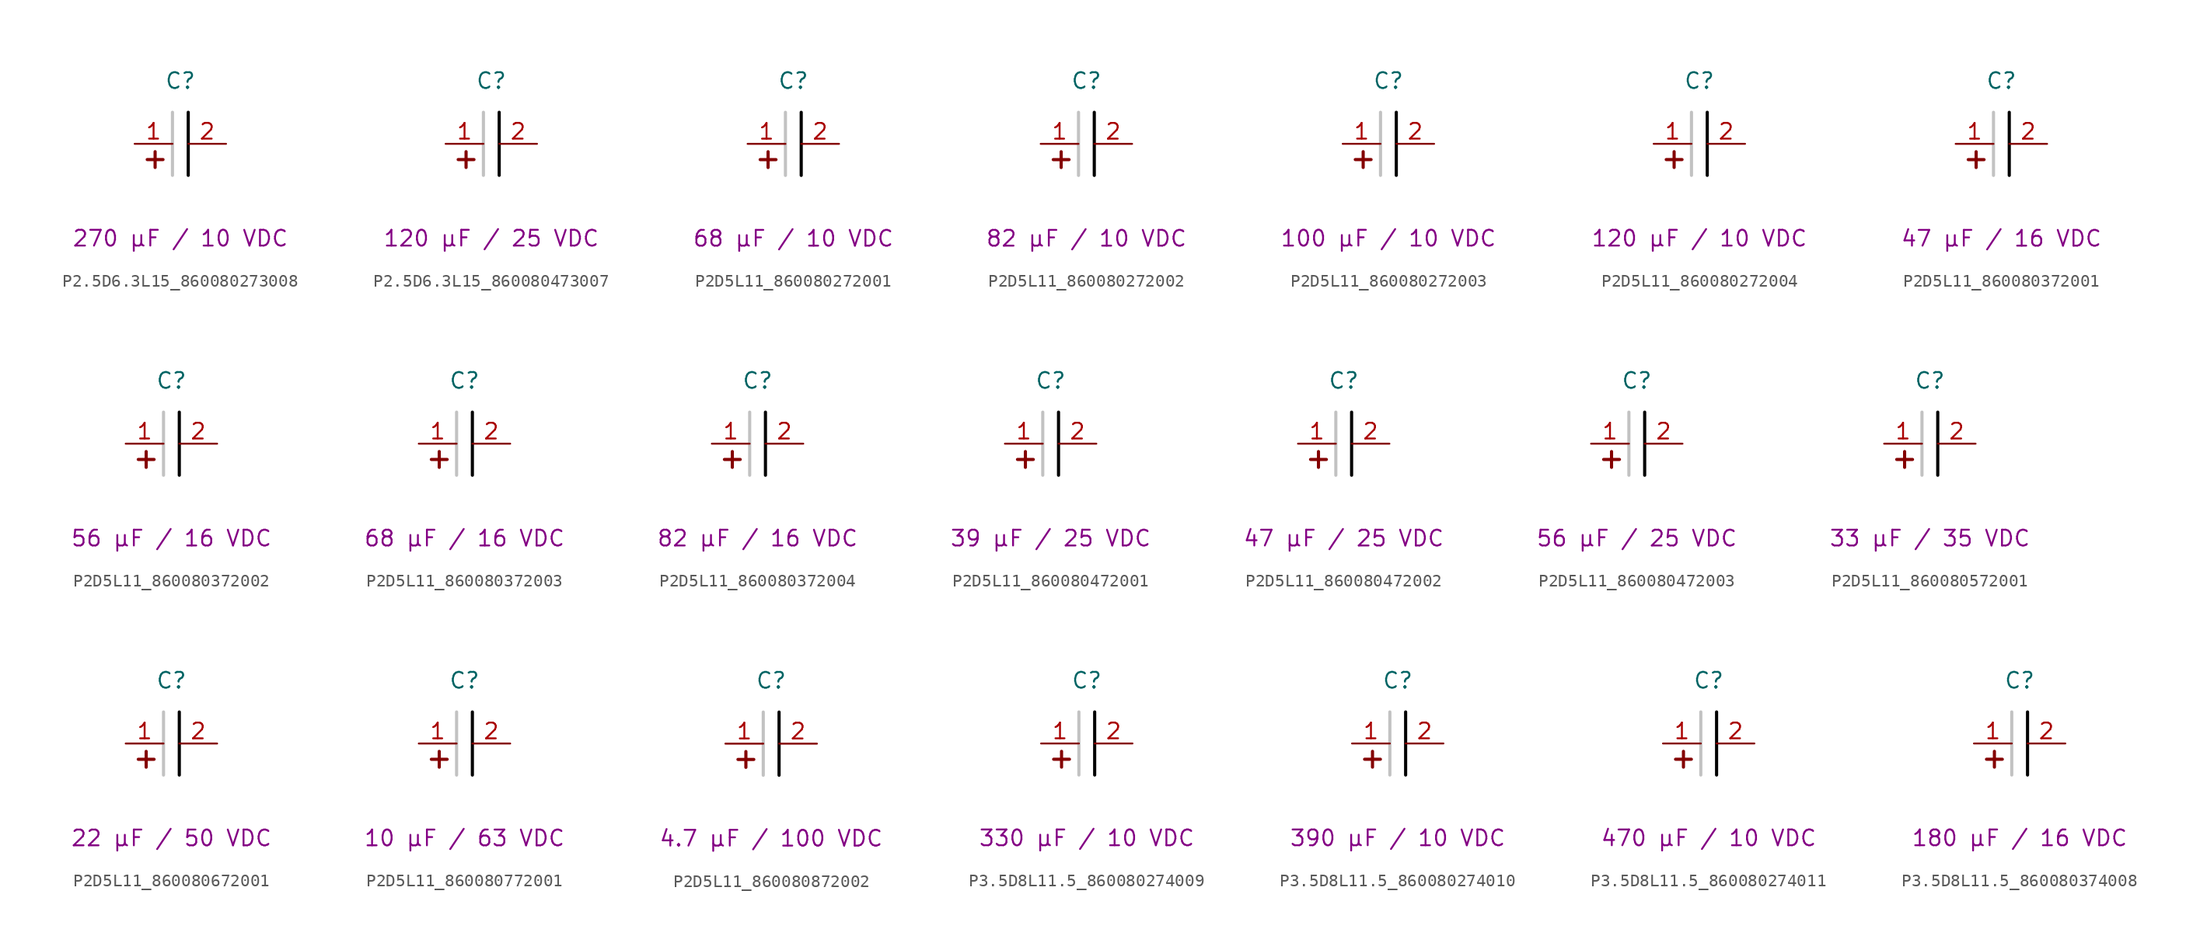
<source format=kicad_sym>
(kicad_symbol_lib
  (version 20220914)
  (generator kicad_symbol_editor)
  (symbol "P2.5D6.3L15_860080273008"
    (pin_names hide)
    (property "Reference" "C"
      (at 0 5.08 0)
      (effects (font (size 1.27 1.27))))
    (property "Critical Parameter" "270 µF / 10 VDC"
      (at 0 -7.62 0)
      (effects (font (size 1.27 1.27))))
    (symbol "P2.5D6.3L15_860080273008_1_1"
      (polyline (pts (xy -2.667 -1.27) (xy -1.397 -1.27)) (stroke (width 0.254) (type default)) (fill (type none)))
      (polyline (pts (xy -2.032 -0.635) (xy -2.032 -1.905)) (stroke (width 0.254) (type default)) (fill (type none)))
      (polyline (pts (xy -0.635 2.54) (xy -0.635 -2.54)) (stroke (width 0.254) (type default) (color 194 194 194 1)) (fill (type none)))
      (polyline (pts (xy 0.635 2.54) (xy 0.635 -2.54)) (stroke (width 0.254) (type default) (color 0 0 0 1)) (fill (type none)))
      (pin passive line (at -3.679 0 0) (length 3.044) (name "1" (effects (font (size 1.27 1.27)))) (number "1" (effects (font (size 1.27 1.27)))))
      (pin passive line (at 3.679 0 180) (length 3.044) (name "2" (effects (font (size 1.27 1.27)))) (number "2" (effects (font (size 1.27 1.27)))))))
  (symbol "P2.5D6.3L15_860080473007"
    (pin_names hide)
    (property "Reference" "C"
      (at 0 5.08 0)
      (effects (font (size 1.27 1.27))))
    (property "Critical Parameter" "120 µF / 25 VDC"
      (at 0 -7.62 0)
      (effects (font (size 1.27 1.27))))
    (symbol "P2.5D6.3L15_860080473007_1_1"
      (polyline (pts (xy -2.667 -1.27) (xy -1.397 -1.27)) (stroke (width 0.254) (type default)) (fill (type none)))
      (polyline (pts (xy -2.032 -0.635) (xy -2.032 -1.905)) (stroke (width 0.254) (type default)) (fill (type none)))
      (polyline (pts (xy -0.635 2.54) (xy -0.635 -2.54)) (stroke (width 0.254) (type default) (color 194 194 194 1)) (fill (type none)))
      (polyline (pts (xy 0.635 2.54) (xy 0.635 -2.54)) (stroke (width 0.254) (type default) (color 0 0 0 1)) (fill (type none)))
      (pin passive line (at -3.679 0 0) (length 3.044) (name "1" (effects (font (size 1.27 1.27)))) (number "1" (effects (font (size 1.27 1.27)))))
      (pin passive line (at 3.679 0 180) (length 3.044) (name "2" (effects (font (size 1.27 1.27)))) (number "2" (effects (font (size 1.27 1.27)))))))
  (symbol "P2D5L11_860080272001"
    (pin_names hide)
    (property "Reference" "C"
      (at 0 5.08 0)
      (effects (font (size 1.27 1.27))))
    (property "Critical Parameter" "68 µF / 10 VDC"
      (at 0 -7.62 0)
      (effects (font (size 1.27 1.27))))
    (symbol "P2D5L11_860080272001_1_1"
      (polyline (pts (xy -2.667 -1.27) (xy -1.397 -1.27)) (stroke (width 0.254) (type default)) (fill (type none)))
      (polyline (pts (xy -2.032 -0.635) (xy -2.032 -1.905)) (stroke (width 0.254) (type default)) (fill (type none)))
      (polyline (pts (xy -0.635 2.54) (xy -0.635 -2.54)) (stroke (width 0.254) (type default) (color 194 194 194 1)) (fill (type none)))
      (polyline (pts (xy 0.635 2.54) (xy 0.635 -2.54)) (stroke (width 0.254) (type default) (color 0 0 0 1)) (fill (type none)))
      (pin passive line (at -3.679 0 0) (length 3.044) (name "1" (effects (font (size 1.27 1.27)))) (number "1" (effects (font (size 1.27 1.27)))))
      (pin passive line (at 3.679 0 180) (length 3.044) (name "2" (effects (font (size 1.27 1.27)))) (number "2" (effects (font (size 1.27 1.27)))))))
  (symbol "P2D5L11_860080272002"
    (pin_names hide)
    (property "Reference" "C"
      (at 0 5.08 0)
      (effects (font (size 1.27 1.27))))
    (property "Critical Parameter" "82 µF / 10 VDC"
      (at 0 -7.62 0)
      (effects (font (size 1.27 1.27))))
    (symbol "P2D5L11_860080272002_1_1"
      (polyline (pts (xy -2.667 -1.27) (xy -1.397 -1.27)) (stroke (width 0.254) (type default)) (fill (type none)))
      (polyline (pts (xy -2.032 -0.635) (xy -2.032 -1.905)) (stroke (width 0.254) (type default)) (fill (type none)))
      (polyline (pts (xy -0.635 2.54) (xy -0.635 -2.54)) (stroke (width 0.254) (type default) (color 194 194 194 1)) (fill (type none)))
      (polyline (pts (xy 0.635 2.54) (xy 0.635 -2.54)) (stroke (width 0.254) (type default) (color 0 0 0 1)) (fill (type none)))
      (pin passive line (at -3.679 0 0) (length 3.044) (name "1" (effects (font (size 1.27 1.27)))) (number "1" (effects (font (size 1.27 1.27)))))
      (pin passive line (at 3.679 0 180) (length 3.044) (name "2" (effects (font (size 1.27 1.27)))) (number "2" (effects (font (size 1.27 1.27)))))))
  (symbol "P2D5L11_860080272003"
    (pin_names hide)
    (property "Reference" "C"
      (at 0 5.08 0)
      (effects (font (size 1.27 1.27))))
    (property "Critical Parameter" "100 µF / 10 VDC"
      (at 0 -7.62 0)
      (effects (font (size 1.27 1.27))))
    (symbol "P2D5L11_860080272003_1_1"
      (polyline (pts (xy -2.667 -1.27) (xy -1.397 -1.27)) (stroke (width 0.254) (type default)) (fill (type none)))
      (polyline (pts (xy -2.032 -0.635) (xy -2.032 -1.905)) (stroke (width 0.254) (type default)) (fill (type none)))
      (polyline (pts (xy -0.635 2.54) (xy -0.635 -2.54)) (stroke (width 0.254) (type default) (color 194 194 194 1)) (fill (type none)))
      (polyline (pts (xy 0.635 2.54) (xy 0.635 -2.54)) (stroke (width 0.254) (type default) (color 0 0 0 1)) (fill (type none)))
      (pin passive line (at -3.679 0 0) (length 3.044) (name "1" (effects (font (size 1.27 1.27)))) (number "1" (effects (font (size 1.27 1.27)))))
      (pin passive line (at 3.679 0 180) (length 3.044) (name "2" (effects (font (size 1.27 1.27)))) (number "2" (effects (font (size 1.27 1.27)))))))
  (symbol "P2D5L11_860080272004"
    (pin_names hide)
    (property "Reference" "C"
      (at 0 5.08 0)
      (effects (font (size 1.27 1.27))))
    (property "Critical Parameter" "120 µF / 10 VDC"
      (at 0 -7.62 0)
      (effects (font (size 1.27 1.27))))
    (symbol "P2D5L11_860080272004_1_1"
      (polyline (pts (xy -2.667 -1.27) (xy -1.397 -1.27)) (stroke (width 0.254) (type default)) (fill (type none)))
      (polyline (pts (xy -2.032 -0.635) (xy -2.032 -1.905)) (stroke (width 0.254) (type default)) (fill (type none)))
      (polyline (pts (xy -0.635 2.54) (xy -0.635 -2.54)) (stroke (width 0.254) (type default) (color 194 194 194 1)) (fill (type none)))
      (polyline (pts (xy 0.635 2.54) (xy 0.635 -2.54)) (stroke (width 0.254) (type default) (color 0 0 0 1)) (fill (type none)))
      (pin passive line (at -3.679 0 0) (length 3.044) (name "1" (effects (font (size 1.27 1.27)))) (number "1" (effects (font (size 1.27 1.27)))))
      (pin passive line (at 3.679 0 180) (length 3.044) (name "2" (effects (font (size 1.27 1.27)))) (number "2" (effects (font (size 1.27 1.27)))))))
  (symbol "P2D5L11_860080372001"
    (pin_names hide)
    (property "Reference" "C"
      (at 0 5.08 0)
      (effects (font (size 1.27 1.27))))
    (property "Critical Parameter" "47 µF / 16 VDC"
      (at 0 -7.62 0)
      (effects (font (size 1.27 1.27))))
    (symbol "P2D5L11_860080372001_1_1"
      (polyline (pts (xy -2.667 -1.27) (xy -1.397 -1.27)) (stroke (width 0.254) (type default)) (fill (type none)))
      (polyline (pts (xy -2.032 -0.635) (xy -2.032 -1.905)) (stroke (width 0.254) (type default)) (fill (type none)))
      (polyline (pts (xy -0.635 2.54) (xy -0.635 -2.54)) (stroke (width 0.254) (type default) (color 194 194 194 1)) (fill (type none)))
      (polyline (pts (xy 0.635 2.54) (xy 0.635 -2.54)) (stroke (width 0.254) (type default) (color 0 0 0 1)) (fill (type none)))
      (pin passive line (at -3.679 0 0) (length 3.044) (name "1" (effects (font (size 1.27 1.27)))) (number "1" (effects (font (size 1.27 1.27)))))
      (pin passive line (at 3.679 0 180) (length 3.044) (name "2" (effects (font (size 1.27 1.27)))) (number "2" (effects (font (size 1.27 1.27)))))))
  (symbol "P2D5L11_860080372002"
    (pin_names hide)
    (property "Reference" "C"
      (at 0 5.08 0)
      (effects (font (size 1.27 1.27))))
    (property "Critical Parameter" "56 µF / 16 VDC"
      (at 0 -7.62 0)
      (effects (font (size 1.27 1.27))))
    (symbol "P2D5L11_860080372002_1_1"
      (polyline (pts (xy -2.667 -1.27) (xy -1.397 -1.27)) (stroke (width 0.254) (type default)) (fill (type none)))
      (polyline (pts (xy -2.032 -0.635) (xy -2.032 -1.905)) (stroke (width 0.254) (type default)) (fill (type none)))
      (polyline (pts (xy -0.635 2.54) (xy -0.635 -2.54)) (stroke (width 0.254) (type default) (color 194 194 194 1)) (fill (type none)))
      (polyline (pts (xy 0.635 2.54) (xy 0.635 -2.54)) (stroke (width 0.254) (type default) (color 0 0 0 1)) (fill (type none)))
      (pin passive line (at -3.679 0 0) (length 3.044) (name "1" (effects (font (size 1.27 1.27)))) (number "1" (effects (font (size 1.27 1.27)))))
      (pin passive line (at 3.679 0 180) (length 3.044) (name "2" (effects (font (size 1.27 1.27)))) (number "2" (effects (font (size 1.27 1.27)))))))
  (symbol "P2D5L11_860080372003"
    (pin_names hide)
    (property "Reference" "C"
      (at 0 5.08 0)
      (effects (font (size 1.27 1.27))))
    (property "Critical Parameter" "68 µF / 16 VDC"
      (at 0 -7.62 0)
      (effects (font (size 1.27 1.27))))
    (symbol "P2D5L11_860080372003_1_1"
      (polyline (pts (xy -2.667 -1.27) (xy -1.397 -1.27)) (stroke (width 0.254) (type default)) (fill (type none)))
      (polyline (pts (xy -2.032 -0.635) (xy -2.032 -1.905)) (stroke (width 0.254) (type default)) (fill (type none)))
      (polyline (pts (xy -0.635 2.54) (xy -0.635 -2.54)) (stroke (width 0.254) (type default) (color 194 194 194 1)) (fill (type none)))
      (polyline (pts (xy 0.635 2.54) (xy 0.635 -2.54)) (stroke (width 0.254) (type default) (color 0 0 0 1)) (fill (type none)))
      (pin passive line (at -3.679 0 0) (length 3.044) (name "1" (effects (font (size 1.27 1.27)))) (number "1" (effects (font (size 1.27 1.27)))))
      (pin passive line (at 3.679 0 180) (length 3.044) (name "2" (effects (font (size 1.27 1.27)))) (number "2" (effects (font (size 1.27 1.27)))))))
  (symbol "P2D5L11_860080372004"
    (pin_names hide)
    (property "Reference" "C"
      (at 0 5.08 0)
      (effects (font (size 1.27 1.27))))
    (property "Critical Parameter" "82 µF / 16 VDC"
      (at 0 -7.62 0)
      (effects (font (size 1.27 1.27))))
    (symbol "P2D5L11_860080372004_1_1"
      (polyline (pts (xy -2.667 -1.27) (xy -1.397 -1.27)) (stroke (width 0.254) (type default)) (fill (type none)))
      (polyline (pts (xy -2.032 -0.635) (xy -2.032 -1.905)) (stroke (width 0.254) (type default)) (fill (type none)))
      (polyline (pts (xy -0.635 2.54) (xy -0.635 -2.54)) (stroke (width 0.254) (type default) (color 194 194 194 1)) (fill (type none)))
      (polyline (pts (xy 0.635 2.54) (xy 0.635 -2.54)) (stroke (width 0.254) (type default) (color 0 0 0 1)) (fill (type none)))
      (pin passive line (at -3.679 0 0) (length 3.044) (name "1" (effects (font (size 1.27 1.27)))) (number "1" (effects (font (size 1.27 1.27)))))
      (pin passive line (at 3.679 0 180) (length 3.044) (name "2" (effects (font (size 1.27 1.27)))) (number "2" (effects (font (size 1.27 1.27)))))))
  (symbol "P2D5L11_860080472001"
    (pin_names hide)
    (property "Reference" "C"
      (at 0 5.08 0)
      (effects (font (size 1.27 1.27))))
    (property "Critical Parameter" "39 µF / 25 VDC"
      (at 0 -7.62 0)
      (effects (font (size 1.27 1.27))))
    (symbol "P2D5L11_860080472001_1_1"
      (polyline (pts (xy -2.667 -1.27) (xy -1.397 -1.27)) (stroke (width 0.254) (type default)) (fill (type none)))
      (polyline (pts (xy -2.032 -0.635) (xy -2.032 -1.905)) (stroke (width 0.254) (type default)) (fill (type none)))
      (polyline (pts (xy -0.635 2.54) (xy -0.635 -2.54)) (stroke (width 0.254) (type default) (color 194 194 194 1)) (fill (type none)))
      (polyline (pts (xy 0.635 2.54) (xy 0.635 -2.54)) (stroke (width 0.254) (type default) (color 0 0 0 1)) (fill (type none)))
      (pin passive line (at -3.679 0 0) (length 3.044) (name "1" (effects (font (size 1.27 1.27)))) (number "1" (effects (font (size 1.27 1.27)))))
      (pin passive line (at 3.679 0 180) (length 3.044) (name "2" (effects (font (size 1.27 1.27)))) (number "2" (effects (font (size 1.27 1.27)))))))
  (symbol "P2D5L11_860080472002"
    (pin_names hide)
    (property "Reference" "C"
      (at 0 5.08 0)
      (effects (font (size 1.27 1.27))))
    (property "Critical Parameter" "47 µF / 25 VDC"
      (at 0 -7.62 0)
      (effects (font (size 1.27 1.27))))
    (symbol "P2D5L11_860080472002_1_1"
      (polyline (pts (xy -2.667 -1.27) (xy -1.397 -1.27)) (stroke (width 0.254) (type default)) (fill (type none)))
      (polyline (pts (xy -2.032 -0.635) (xy -2.032 -1.905)) (stroke (width 0.254) (type default)) (fill (type none)))
      (polyline (pts (xy -0.635 2.54) (xy -0.635 -2.54)) (stroke (width 0.254) (type default) (color 194 194 194 1)) (fill (type none)))
      (polyline (pts (xy 0.635 2.54) (xy 0.635 -2.54)) (stroke (width 0.254) (type default) (color 0 0 0 1)) (fill (type none)))
      (pin passive line (at -3.679 0 0) (length 3.044) (name "1" (effects (font (size 1.27 1.27)))) (number "1" (effects (font (size 1.27 1.27)))))
      (pin passive line (at 3.679 0 180) (length 3.044) (name "2" (effects (font (size 1.27 1.27)))) (number "2" (effects (font (size 1.27 1.27)))))))
  (symbol "P2D5L11_860080472003"
    (pin_names hide)
    (property "Reference" "C"
      (at 0 5.08 0)
      (effects (font (size 1.27 1.27))))
    (property "Critical Parameter" "56 µF / 25 VDC"
      (at 0 -7.62 0)
      (effects (font (size 1.27 1.27))))
    (symbol "P2D5L11_860080472003_1_1"
      (polyline (pts (xy -2.667 -1.27) (xy -1.397 -1.27)) (stroke (width 0.254) (type default)) (fill (type none)))
      (polyline (pts (xy -2.032 -0.635) (xy -2.032 -1.905)) (stroke (width 0.254) (type default)) (fill (type none)))
      (polyline (pts (xy -0.635 2.54) (xy -0.635 -2.54)) (stroke (width 0.254) (type default) (color 194 194 194 1)) (fill (type none)))
      (polyline (pts (xy 0.635 2.54) (xy 0.635 -2.54)) (stroke (width 0.254) (type default) (color 0 0 0 1)) (fill (type none)))
      (pin passive line (at -3.679 0 0) (length 3.044) (name "1" (effects (font (size 1.27 1.27)))) (number "1" (effects (font (size 1.27 1.27)))))
      (pin passive line (at 3.679 0 180) (length 3.044) (name "2" (effects (font (size 1.27 1.27)))) (number "2" (effects (font (size 1.27 1.27)))))))
  (symbol "P2D5L11_860080572001"
    (pin_names hide)
    (property "Reference" "C"
      (at 0 5.08 0)
      (effects (font (size 1.27 1.27))))
    (property "Critical Parameter" "33 µF / 35 VDC"
      (at 0 -7.62 0)
      (effects (font (size 1.27 1.27))))
    (symbol "P2D5L11_860080572001_1_1"
      (polyline (pts (xy -2.667 -1.27) (xy -1.397 -1.27)) (stroke (width 0.254) (type default)) (fill (type none)))
      (polyline (pts (xy -2.032 -0.635) (xy -2.032 -1.905)) (stroke (width 0.254) (type default)) (fill (type none)))
      (polyline (pts (xy -0.635 2.54) (xy -0.635 -2.54)) (stroke (width 0.254) (type default) (color 194 194 194 1)) (fill (type none)))
      (polyline (pts (xy 0.635 2.54) (xy 0.635 -2.54)) (stroke (width 0.254) (type default) (color 0 0 0 1)) (fill (type none)))
      (pin passive line (at -3.679 0 0) (length 3.044) (name "1" (effects (font (size 1.27 1.27)))) (number "1" (effects (font (size 1.27 1.27)))))
      (pin passive line (at 3.679 0 180) (length 3.044) (name "2" (effects (font (size 1.27 1.27)))) (number "2" (effects (font (size 1.27 1.27)))))))
  (symbol "P2D5L11_860080672001"
    (pin_names hide)
    (property "Reference" "C"
      (at 0 5.08 0)
      (effects (font (size 1.27 1.27))))
    (property "Critical Parameter" "22 µF / 50 VDC"
      (at 0 -7.62 0)
      (effects (font (size 1.27 1.27))))
    (symbol "P2D5L11_860080672001_1_1"
      (polyline (pts (xy -2.667 -1.27) (xy -1.397 -1.27)) (stroke (width 0.254) (type default)) (fill (type none)))
      (polyline (pts (xy -2.032 -0.635) (xy -2.032 -1.905)) (stroke (width 0.254) (type default)) (fill (type none)))
      (polyline (pts (xy -0.635 2.54) (xy -0.635 -2.54)) (stroke (width 0.254) (type default) (color 194 194 194 1)) (fill (type none)))
      (polyline (pts (xy 0.635 2.54) (xy 0.635 -2.54)) (stroke (width 0.254) (type default) (color 0 0 0 1)) (fill (type none)))
      (pin passive line (at -3.679 0 0) (length 3.044) (name "1" (effects (font (size 1.27 1.27)))) (number "1" (effects (font (size 1.27 1.27)))))
      (pin passive line (at 3.679 0 180) (length 3.044) (name "2" (effects (font (size 1.27 1.27)))) (number "2" (effects (font (size 1.27 1.27)))))))
  (symbol "P2D5L11_860080772001"
    (pin_names hide)
    (property "Reference" "C"
      (at 0 5.08 0)
      (effects (font (size 1.27 1.27))))
    (property "Critical Parameter" "10 µF / 63 VDC"
      (at 0 -7.62 0)
      (effects (font (size 1.27 1.27))))
    (symbol "P2D5L11_860080772001_1_1"
      (polyline (pts (xy -2.667 -1.27) (xy -1.397 -1.27)) (stroke (width 0.254) (type default)) (fill (type none)))
      (polyline (pts (xy -2.032 -0.635) (xy -2.032 -1.905)) (stroke (width 0.254) (type default)) (fill (type none)))
      (polyline (pts (xy -0.635 2.54) (xy -0.635 -2.54)) (stroke (width 0.254) (type default) (color 194 194 194 1)) (fill (type none)))
      (polyline (pts (xy 0.635 2.54) (xy 0.635 -2.54)) (stroke (width 0.254) (type default) (color 0 0 0 1)) (fill (type none)))
      (pin passive line (at -3.679 0 0) (length 3.044) (name "1" (effects (font (size 1.27 1.27)))) (number "1" (effects (font (size 1.27 1.27)))))
      (pin passive line (at 3.679 0 180) (length 3.044) (name "2" (effects (font (size 1.27 1.27)))) (number "2" (effects (font (size 1.27 1.27)))))))
  (symbol "P2D5L11_860080872002"
    (pin_names hide)
    (property "Reference" "C"
      (at 0 5.08 0)
      (effects (font (size 1.27 1.27))))
    (property "Critical Parameter" "4.7 µF / 100 VDC"
      (at 0 -7.62 0)
      (effects (font (size 1.27 1.27))))
    (symbol "P2D5L11_860080872002_1_1"
      (polyline (pts (xy -2.667 -1.27) (xy -1.397 -1.27)) (stroke (width 0.254) (type default)) (fill (type none)))
      (polyline (pts (xy -2.032 -0.635) (xy -2.032 -1.905)) (stroke (width 0.254) (type default)) (fill (type none)))
      (polyline (pts (xy -0.635 2.54) (xy -0.635 -2.54)) (stroke (width 0.254) (type default) (color 194 194 194 1)) (fill (type none)))
      (polyline (pts (xy 0.635 2.54) (xy 0.635 -2.54)) (stroke (width 0.254) (type default) (color 0 0 0 1)) (fill (type none)))
      (pin passive line (at -3.679 0 0) (length 3.044) (name "1" (effects (font (size 1.27 1.27)))) (number "1" (effects (font (size 1.27 1.27)))))
      (pin passive line (at 3.679 0 180) (length 3.044) (name "2" (effects (font (size 1.27 1.27)))) (number "2" (effects (font (size 1.27 1.27)))))))
  (symbol "P3.5D8L11.5_860080274009"
    (pin_names hide)
    (property "Reference" "C"
      (at 0 5.08 0)
      (effects (font (size 1.27 1.27))))
    (property "Critical Parameter" "330 µF / 10 VDC"
      (at 0 -7.62 0)
      (effects (font (size 1.27 1.27))))
    (symbol "P3.5D8L11.5_860080274009_1_1"
      (polyline (pts (xy -2.667 -1.27) (xy -1.397 -1.27)) (stroke (width 0.254) (type default)) (fill (type none)))
      (polyline (pts (xy -2.032 -0.635) (xy -2.032 -1.905)) (stroke (width 0.254) (type default)) (fill (type none)))
      (polyline (pts (xy -0.635 2.54) (xy -0.635 -2.54)) (stroke (width 0.254) (type default) (color 194 194 194 1)) (fill (type none)))
      (polyline (pts (xy 0.635 2.54) (xy 0.635 -2.54)) (stroke (width 0.254) (type default) (color 0 0 0 1)) (fill (type none)))
      (pin passive line (at -3.679 0 0) (length 3.044) (name "1" (effects (font (size 1.27 1.27)))) (number "1" (effects (font (size 1.27 1.27)))))
      (pin passive line (at 3.679 0 180) (length 3.044) (name "2" (effects (font (size 1.27 1.27)))) (number "2" (effects (font (size 1.27 1.27)))))))
  (symbol "P3.5D8L11.5_860080274010"
    (pin_names hide)
    (property "Reference" "C"
      (at 0 5.08 0)
      (effects (font (size 1.27 1.27))))
    (property "Critical Parameter" "390 µF / 10 VDC"
      (at 0 -7.62 0)
      (effects (font (size 1.27 1.27))))
    (symbol "P3.5D8L11.5_860080274010_1_1"
      (polyline (pts (xy -2.667 -1.27) (xy -1.397 -1.27)) (stroke (width 0.254) (type default)) (fill (type none)))
      (polyline (pts (xy -2.032 -0.635) (xy -2.032 -1.905)) (stroke (width 0.254) (type default)) (fill (type none)))
      (polyline (pts (xy -0.635 2.54) (xy -0.635 -2.54)) (stroke (width 0.254) (type default) (color 194 194 194 1)) (fill (type none)))
      (polyline (pts (xy 0.635 2.54) (xy 0.635 -2.54)) (stroke (width 0.254) (type default) (color 0 0 0 1)) (fill (type none)))
      (pin passive line (at -3.679 0 0) (length 3.044) (name "1" (effects (font (size 1.27 1.27)))) (number "1" (effects (font (size 1.27 1.27)))))
      (pin passive line (at 3.679 0 180) (length 3.044) (name "2" (effects (font (size 1.27 1.27)))) (number "2" (effects (font (size 1.27 1.27)))))))
  (symbol "P3.5D8L11.5_860080274011"
    (pin_names hide)
    (property "Reference" "C"
      (at 0 5.08 0)
      (effects (font (size 1.27 1.27))))
    (property "Critical Parameter" "470 µF / 10 VDC"
      (at 0 -7.62 0)
      (effects (font (size 1.27 1.27))))
    (symbol "P3.5D8L11.5_860080274011_1_1"
      (polyline (pts (xy -2.667 -1.27) (xy -1.397 -1.27)) (stroke (width 0.254) (type default)) (fill (type none)))
      (polyline (pts (xy -2.032 -0.635) (xy -2.032 -1.905)) (stroke (width 0.254) (type default)) (fill (type none)))
      (polyline (pts (xy -0.635 2.54) (xy -0.635 -2.54)) (stroke (width 0.254) (type default) (color 194 194 194 1)) (fill (type none)))
      (polyline (pts (xy 0.635 2.54) (xy 0.635 -2.54)) (stroke (width 0.254) (type default) (color 0 0 0 1)) (fill (type none)))
      (pin passive line (at -3.679 0 0) (length 3.044) (name "1" (effects (font (size 1.27 1.27)))) (number "1" (effects (font (size 1.27 1.27)))))
      (pin passive line (at 3.679 0 180) (length 3.044) (name "2" (effects (font (size 1.27 1.27)))) (number "2" (effects (font (size 1.27 1.27)))))))
  (symbol "P3.5D8L11.5_860080374008"
    (pin_names hide)
    (property "Reference" "C"
      (at 0 5.08 0)
      (effects (font (size 1.27 1.27))))
    (property "Critical Parameter" "180 µF / 16 VDC"
      (at 0 -7.62 0)
      (effects (font (size 1.27 1.27))))
    (symbol "P3.5D8L11.5_860080374008_1_1"
      (polyline (pts (xy -2.667 -1.27) (xy -1.397 -1.27)) (stroke (width 0.254) (type default)) (fill (type none)))
      (polyline (pts (xy -2.032 -0.635) (xy -2.032 -1.905)) (stroke (width 0.254) (type default)) (fill (type none)))
      (polyline (pts (xy -0.635 2.54) (xy -0.635 -2.54)) (stroke (width 0.254) (type default) (color 194 194 194 1)) (fill (type none)))
      (polyline (pts (xy 0.635 2.54) (xy 0.635 -2.54)) (stroke (width 0.254) (type default) (color 0 0 0 1)) (fill (type none)))
      (pin passive line (at -3.679 0 0) (length 3.044) (name "1" (effects (font (size 1.27 1.27)))) (number "1" (effects (font (size 1.27 1.27)))))
      (pin passive line (at 3.679 0 180) (length 3.044) (name "2" (effects (font (size 1.27 1.27)))) (number "2" (effects (font (size 1.27 1.27))))))))
</source>
